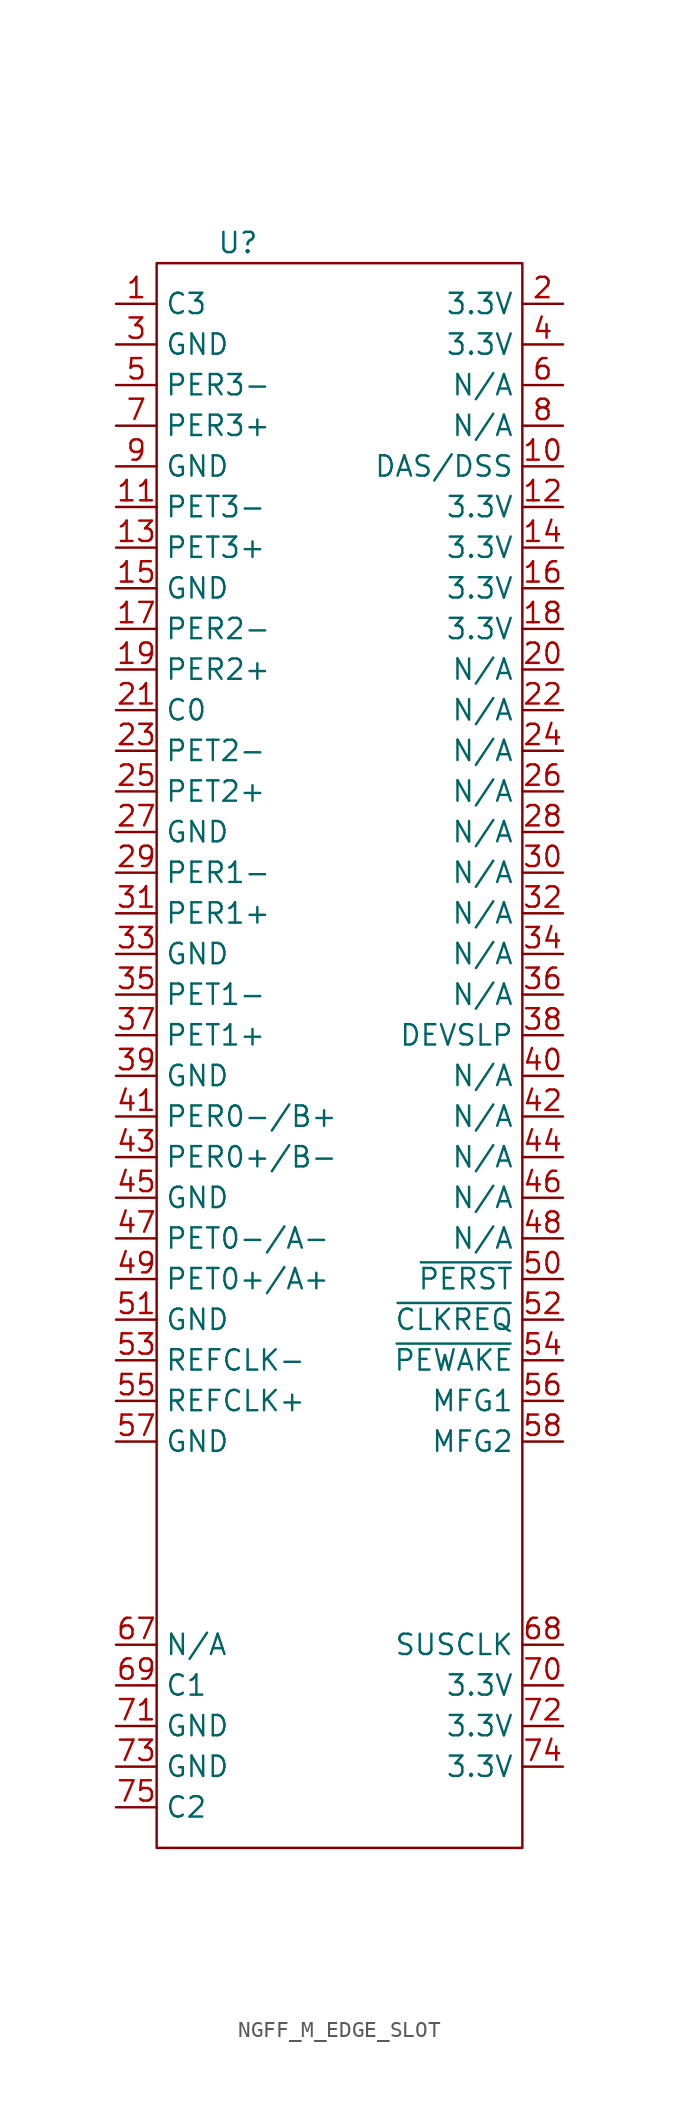
<source format=kicad_sym>
(kicad_symbol_lib
  (version 20241209)
  (generator "kicad_symbol_editor")
  (generator_version "9.0")
  (symbol "NGFF_M_EDGE_SLOT"
    (property "Reference" "U"
      (at -6.35 100.33 0)
      (effects (font (size 1.27 1.27))))
    (property "Value" ""
      (at 0 0 0)
      (effects (font (size 1.27 1.27))))
    (symbol "NGFF_M_EDGE_SLOT_0_1"
      (rectangle (start -11.43 99.06) (end 11.43 0) (stroke (width 0) (type solid)) (fill (type none))))
    (symbol "NGFF_M_EDGE_SLOT_1_1"
      (pin input line (at -13.97 96.52 0) (length 2.54) (name "C3" (effects (font (size 1.27 1.27)))) (number "1" (effects (font (size 1.27 1.27)))))
      (pin input line (at -13.97 93.98 0) (length 2.54) (name "GND" (effects (font (size 1.27 1.27)))) (number "3" (effects (font (size 1.27 1.27)))))
      (pin input line (at -13.97 91.44 0) (length 2.54) (name "PER3-" (effects (font (size 1.27 1.27)))) (number "5" (effects (font (size 1.27 1.27)))))
      (pin input line (at -13.97 88.9 0) (length 2.54) (name "PER3+" (effects (font (size 1.27 1.27)))) (number "7" (effects (font (size 1.27 1.27)))))
      (pin input line (at -13.97 86.36 0) (length 2.54) (name "GND" (effects (font (size 1.27 1.27)))) (number "9" (effects (font (size 1.27 1.27)))))
      (pin input line (at -13.97 83.82 0) (length 2.54) (name "PET3-" (effects (font (size 1.27 1.27)))) (number "11" (effects (font (size 1.27 1.27)))))
      (pin input line (at -13.97 81.28 0) (length 2.54) (name "PET3+" (effects (font (size 1.27 1.27)))) (number "13" (effects (font (size 1.27 1.27)))))
      (pin input line (at -13.97 78.74 0) (length 2.54) (name "GND" (effects (font (size 1.27 1.27)))) (number "15" (effects (font (size 1.27 1.27)))))
      (pin input line (at -13.97 76.2 0) (length 2.54) (name "PER2-" (effects (font (size 1.27 1.27)))) (number "17" (effects (font (size 1.27 1.27)))))
      (pin input line (at -13.97 73.66 0) (length 2.54) (name "PER2+" (effects (font (size 1.27 1.27)))) (number "19" (effects (font (size 1.27 1.27)))))
      (pin input line (at -13.97 71.12 0) (length 2.54) (name "C0" (effects (font (size 1.27 1.27)))) (number "21" (effects (font (size 1.27 1.27)))))
      (pin input line (at -13.97 68.58 0) (length 2.54) (name "PET2-" (effects (font (size 1.27 1.27)))) (number "23" (effects (font (size 1.27 1.27)))))
      (pin input line (at -13.97 66.04 0) (length 2.54) (name "PET2+" (effects (font (size 1.27 1.27)))) (number "25" (effects (font (size 1.27 1.27)))))
      (pin input line (at -13.97 63.5 0) (length 2.54) (name "GND" (effects (font (size 1.27 1.27)))) (number "27" (effects (font (size 1.27 1.27)))))
      (pin input line (at -13.97 60.96 0) (length 2.54) (name "PER1-" (effects (font (size 1.27 1.27)))) (number "29" (effects (font (size 1.27 1.27)))))
      (pin input line (at -13.97 58.42 0) (length 2.54) (name "PER1+" (effects (font (size 1.27 1.27)))) (number "31" (effects (font (size 1.27 1.27)))))
      (pin input line (at -13.97 55.88 0) (length 2.54) (name "GND" (effects (font (size 1.27 1.27)))) (number "33" (effects (font (size 1.27 1.27)))))
      (pin input line (at -13.97 53.34 0) (length 2.54) (name "PET1-" (effects (font (size 1.27 1.27)))) (number "35" (effects (font (size 1.27 1.27)))))
      (pin input line (at -13.97 50.8 0) (length 2.54) (name "PET1+" (effects (font (size 1.27 1.27)))) (number "37" (effects (font (size 1.27 1.27)))))
      (pin input line (at -13.97 48.26 0) (length 2.54) (name "GND" (effects (font (size 1.27 1.27)))) (number "39" (effects (font (size 1.27 1.27)))))
      (pin input line (at -13.97 45.72 0) (length 2.54) (name "PER0-/B+" (effects (font (size 1.27 1.27)))) (number "41" (effects (font (size 1.27 1.27)))))
      (pin input line (at -13.97 43.18 0) (length 2.54) (name "PER0+/B-" (effects (font (size 1.27 1.27)))) (number "43" (effects (font (size 1.27 1.27)))))
      (pin input line (at -13.97 40.64 0) (length 2.54) (name "GND" (effects (font (size 1.27 1.27)))) (number "45" (effects (font (size 1.27 1.27)))))
      (pin input line (at -13.97 38.1 0) (length 2.54) (name "PET0-/A-" (effects (font (size 1.27 1.27)))) (number "47" (effects (font (size 1.27 1.27)))))
      (pin input line (at -13.97 35.56 0) (length 2.54) (name "PET0+/A+" (effects (font (size 1.27 1.27)))) (number "49" (effects (font (size 1.27 1.27)))))
      (pin input line (at -13.97 33.02 0) (length 2.54) (name "GND" (effects (font (size 1.27 1.27)))) (number "51" (effects (font (size 1.27 1.27)))))
      (pin input line (at -13.97 30.48 0) (length 2.54) (name "REFCLK-" (effects (font (size 1.27 1.27)))) (number "53" (effects (font (size 1.27 1.27)))))
      (pin input line (at -13.97 27.94 0) (length 2.54) (name "REFCLK+" (effects (font (size 1.27 1.27)))) (number "55" (effects (font (size 1.27 1.27)))))
      (pin input line (at -13.97 25.4 0) (length 2.54) (name "GND" (effects (font (size 1.27 1.27)))) (number "57" (effects (font (size 1.27 1.27)))))
      (pin input line (at -13.97 12.7 0) (length 2.54) (name "N/A" (effects (font (size 1.27 1.27)))) (number "67" (effects (font (size 1.27 1.27)))))
      (pin input line (at -13.97 10.16 0) (length 2.54) (name "C1" (effects (font (size 1.27 1.27)))) (number "69" (effects (font (size 1.27 1.27)))))
      (pin input line (at -13.97 7.62 0) (length 2.54) (name "GND" (effects (font (size 1.27 1.27)))) (number "71" (effects (font (size 1.27 1.27)))))
      (pin input line (at -13.97 5.08 0) (length 2.54) (name "GND" (effects (font (size 1.27 1.27)))) (number "73" (effects (font (size 1.27 1.27)))))
      (pin input line (at -13.97 2.54 0) (length 2.54) (name "C2" (effects (font (size 1.27 1.27)))) (number "75" (effects (font (size 1.27 1.27)))))
      (pin input line (at 13.97 96.52 180) (length 2.54) (name "3.3V" (effects (font (size 1.27 1.27)))) (number "2" (effects (font (size 1.27 1.27)))))
      (pin input line (at 13.97 93.98 180) (length 2.54) (name "3.3V" (effects (font (size 1.27 1.27)))) (number "4" (effects (font (size 1.27 1.27)))))
      (pin input line (at 13.97 91.44 180) (length 2.54) (name "N/A" (effects (font (size 1.27 1.27)))) (number "6" (effects (font (size 1.27 1.27)))))
      (pin input line (at 13.97 88.9 180) (length 2.54) (name "N/A" (effects (font (size 1.27 1.27)))) (number "8" (effects (font (size 1.27 1.27)))))
      (pin input line (at 13.97 86.36 180) (length 2.54) (name "DAS/DSS" (effects (font (size 1.27 1.27)))) (number "10" (effects (font (size 1.27 1.27)))))
      (pin input line (at 13.97 83.82 180) (length 2.54) (name "3.3V" (effects (font (size 1.27 1.27)))) (number "12" (effects (font (size 1.27 1.27)))))
      (pin input line (at 13.97 81.28 180) (length 2.54) (name "3.3V" (effects (font (size 1.27 1.27)))) (number "14" (effects (font (size 1.27 1.27)))))
      (pin input line (at 13.97 78.74 180) (length 2.54) (name "3.3V" (effects (font (size 1.27 1.27)))) (number "16" (effects (font (size 1.27 1.27)))))
      (pin input line (at 13.97 76.2 180) (length 2.54) (name "3.3V" (effects (font (size 1.27 1.27)))) (number "18" (effects (font (size 1.27 1.27)))))
      (pin input line (at 13.97 73.66 180) (length 2.54) (name "N/A" (effects (font (size 1.27 1.27)))) (number "20" (effects (font (size 1.27 1.27)))))
      (pin input line (at 13.97 71.12 180) (length 2.54) (name "N/A" (effects (font (size 1.27 1.27)))) (number "22" (effects (font (size 1.27 1.27)))))
      (pin input line (at 13.97 68.58 180) (length 2.54) (name "N/A" (effects (font (size 1.27 1.27)))) (number "24" (effects (font (size 1.27 1.27)))))
      (pin input line (at 13.97 66.04 180) (length 2.54) (name "N/A" (effects (font (size 1.27 1.27)))) (number "26" (effects (font (size 1.27 1.27)))))
      (pin input line (at 13.97 63.5 180) (length 2.54) (name "N/A" (effects (font (size 1.27 1.27)))) (number "28" (effects (font (size 1.27 1.27)))))
      (pin input line (at 13.97 60.96 180) (length 2.54) (name "N/A" (effects (font (size 1.27 1.27)))) (number "30" (effects (font (size 1.27 1.27)))))
      (pin input line (at 13.97 58.42 180) (length 2.54) (name "N/A" (effects (font (size 1.27 1.27)))) (number "32" (effects (font (size 1.27 1.27)))))
      (pin input line (at 13.97 55.88 180) (length 2.54) (name "N/A" (effects (font (size 1.27 1.27)))) (number "34" (effects (font (size 1.27 1.27)))))
      (pin input line (at 13.97 53.34 180) (length 2.54) (name "N/A" (effects (font (size 1.27 1.27)))) (number "36" (effects (font (size 1.27 1.27)))))
      (pin input line (at 13.97 50.8 180) (length 2.54) (name "DEVSLP" (effects (font (size 1.27 1.27)))) (number "38" (effects (font (size 1.27 1.27)))))
      (pin input line (at 13.97 48.26 180) (length 2.54) (name "N/A" (effects (font (size 1.27 1.27)))) (number "40" (effects (font (size 1.27 1.27)))))
      (pin input line (at 13.97 45.72 180) (length 2.54) (name "N/A" (effects (font (size 1.27 1.27)))) (number "42" (effects (font (size 1.27 1.27)))))
      (pin input line (at 13.97 43.18 180) (length 2.54) (name "N/A" (effects (font (size 1.27 1.27)))) (number "44" (effects (font (size 1.27 1.27)))))
      (pin input line (at 13.97 40.64 180) (length 2.54) (name "N/A" (effects (font (size 1.27 1.27)))) (number "46" (effects (font (size 1.27 1.27)))))
      (pin input line (at 13.97 38.1 180) (length 2.54) (name "N/A" (effects (font (size 1.27 1.27)))) (number "48" (effects (font (size 1.27 1.27)))))
      (pin input line (at 13.97 35.56 180) (length 2.54) (name "~{PERST}" (effects (font (size 1.27 1.27)))) (number "50" (effects (font (size 1.27 1.27)))))
      (pin input line (at 13.97 33.02 180) (length 2.54) (name "~{CLKREQ}" (effects (font (size 1.27 1.27)))) (number "52" (effects (font (size 1.27 1.27)))))
      (pin input line (at 13.97 30.48 180) (length 2.54) (name "~{PEWAKE}" (effects (font (size 1.27 1.27)))) (number "54" (effects (font (size 1.27 1.27)))))
      (pin input line (at 13.97 27.94 180) (length 2.54) (name "MFG1" (effects (font (size 1.27 1.27)))) (number "56" (effects (font (size 1.27 1.27)))))
      (pin input line (at 13.97 25.4 180) (length 2.54) (name "MFG2" (effects (font (size 1.27 1.27)))) (number "58" (effects (font (size 1.27 1.27)))))
      (pin input line (at 13.97 12.7 180) (length 2.54) (name "SUSCLK" (effects (font (size 1.27 1.27)))) (number "68" (effects (font (size 1.27 1.27)))))
      (pin input line (at 13.97 10.16 180) (length 2.54) (name "3.3V" (effects (font (size 1.27 1.27)))) (number "70" (effects (font (size 1.27 1.27)))))
      (pin input line (at 13.97 7.62 180) (length 2.54) (name "3.3V" (effects (font (size 1.27 1.27)))) (number "72" (effects (font (size 1.27 1.27)))))
      (pin input line (at 13.97 5.08 180) (length 2.54) (name "3.3V" (effects (font (size 1.27 1.27)))) (number "74" (effects (font (size 1.27 1.27))))))))
</source>
